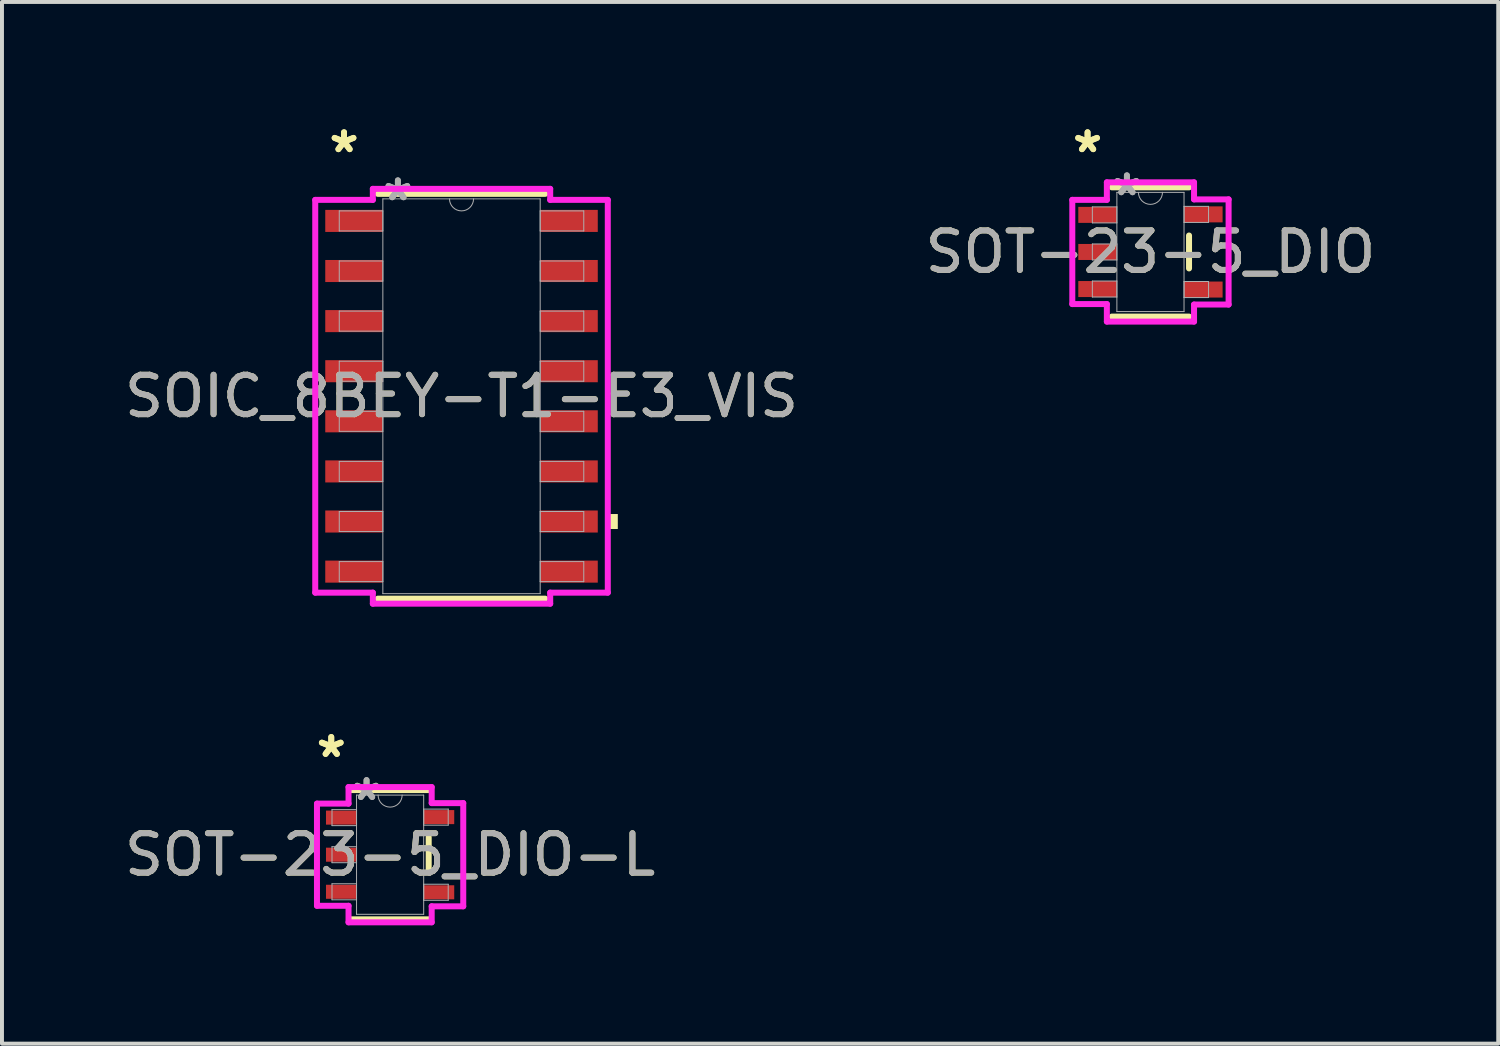
<source format=kicad_pcb>
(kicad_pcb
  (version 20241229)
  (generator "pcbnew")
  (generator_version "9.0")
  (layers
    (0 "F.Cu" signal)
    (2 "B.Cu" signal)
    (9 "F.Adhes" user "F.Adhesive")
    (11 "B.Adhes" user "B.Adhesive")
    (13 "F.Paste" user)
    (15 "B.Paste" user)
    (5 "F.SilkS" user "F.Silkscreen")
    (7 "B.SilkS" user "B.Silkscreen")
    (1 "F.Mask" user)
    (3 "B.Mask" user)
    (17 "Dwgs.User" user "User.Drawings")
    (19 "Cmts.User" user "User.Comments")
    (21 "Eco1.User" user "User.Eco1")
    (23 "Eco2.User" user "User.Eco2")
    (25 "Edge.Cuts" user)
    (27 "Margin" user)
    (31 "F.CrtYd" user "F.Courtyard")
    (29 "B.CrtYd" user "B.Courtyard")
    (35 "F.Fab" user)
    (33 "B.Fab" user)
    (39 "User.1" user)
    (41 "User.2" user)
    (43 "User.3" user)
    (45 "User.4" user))
  (footprint "SOT-23-5_DIO-L"
    (layer "F.Cu")
    (at 6.839 18.616)
    (property "Reference" "SOT-23-5_DIO-L" (at 0 0 0) (unlocked yes) (layer "F.SilkS") (effects (font (size 1 1) (thickness 0.15))))
    (attr smd)
    (fp_line (start -0.978 1.638) (end 0.978 1.638) (stroke (width 0.152) (type solid)) (layer "F.SilkS"))
    (fp_line (start 0.978 -1.638) (end -0.978 -1.638) (stroke (width 0.152) (type solid)) (layer "F.SilkS"))
    (fp_line (start 0.978 0.442) (end 0.978 -0.442) (stroke (width 0.152) (type solid)) (layer "F.SilkS"))
    (fp_line (start -1.854 -1.295) (end -1.054 -1.295) (stroke (width 0.152) (type solid)) (layer "F.CrtYd"))
    (fp_line (start -1.854 1.295) (end -1.854 -1.295) (stroke (width 0.152) (type solid)) (layer "F.CrtYd"))
    (fp_line (start -1.054 -1.714) (end 1.054 -1.714) (stroke (width 0.152) (type solid)) (layer "F.CrtYd"))
    (fp_line (start -1.054 -1.295) (end -1.054 -1.714) (stroke (width 0.152) (type solid)) (layer "F.CrtYd"))
    (fp_line (start -1.054 1.295) (end -1.854 1.295) (stroke (width 0.152) (type solid)) (layer "F.CrtYd"))
    (fp_line (start -1.054 1.714) (end -1.054 1.295) (stroke (width 0.152) (type solid)) (layer "F.CrtYd"))
    (fp_line (start 1.054 -1.714) (end 1.054 -1.308) (stroke (width 0.152) (type solid)) (layer "F.CrtYd"))
    (fp_line (start 1.054 -1.308) (end 1.854 -1.308) (stroke (width 0.152) (type solid)) (layer "F.CrtYd"))
    (fp_line (start 1.054 1.308) (end 1.054 1.714) (stroke (width 0.152) (type solid)) (layer "F.CrtYd"))
    (fp_line (start 1.054 1.714) (end -1.054 1.714) (stroke (width 0.152) (type solid)) (layer "F.CrtYd"))
    (fp_line (start 1.854 -1.308) (end 1.854 1.308) (stroke (width 0.152) (type solid)) (layer "F.CrtYd"))
    (fp_line (start 1.854 1.308) (end 1.054 1.308) (stroke (width 0.152) (type solid)) (layer "F.CrtYd"))
    (fp_line (start -1.473 -1.143) (end -1.473 -0.737) (stroke (width 0.025) (type solid)) (layer "F.Fab"))
    (fp_line (start -1.473 -0.737) (end -0.851 -0.737) (stroke (width 0.025) (type solid)) (layer "F.Fab"))
    (fp_line (start -1.473 -0.203) (end -1.473 0.203) (stroke (width 0.025) (type solid)) (layer "F.Fab"))
    (fp_line (start -1.473 0.203) (end -0.851 0.203) (stroke (width 0.025) (type solid)) (layer "F.Fab"))
    (fp_line (start -1.473 0.737) (end -1.473 1.143) (stroke (width 0.025) (type solid)) (layer "F.Fab"))
    (fp_line (start -1.473 1.143) (end -0.851 1.143) (stroke (width 0.025) (type solid)) (layer "F.Fab"))
    (fp_line (start -0.851 -1.511) (end -0.851 1.511) (stroke (width 0.025) (type solid)) (layer "F.Fab"))
    (fp_line (start -0.851 -1.143) (end -1.473 -1.143) (stroke (width 0.025) (type solid)) (layer "F.Fab"))
    (fp_line (start -0.851 -0.737) (end -0.851 -1.143) (stroke (width 0.025) (type solid)) (layer "F.Fab"))
    (fp_line (start -0.851 -0.203) (end -1.473 -0.203) (stroke (width 0.025) (type solid)) (layer "F.Fab"))
    (fp_line (start -0.851 0.203) (end -0.851 -0.203) (stroke (width 0.025) (type solid)) (layer "F.Fab"))
    (fp_line (start -0.851 0.737) (end -1.473 0.737) (stroke (width 0.025) (type solid)) (layer "F.Fab"))
    (fp_line (start -0.851 1.143) (end -0.851 0.737) (stroke (width 0.025) (type solid)) (layer "F.Fab"))
    (fp_line (start -0.851 1.511) (end 0.851 1.511) (stroke (width 0.025) (type solid)) (layer "F.Fab"))
    (fp_line (start 0.851 -1.511) (end -0.851 -1.511) (stroke (width 0.025) (type solid)) (layer "F.Fab"))
    (fp_line (start 0.851 -1.156) (end 0.851 -0.749) (stroke (width 0.025) (type solid)) (layer "F.Fab"))
    (fp_line (start 0.851 -0.749) (end 1.473 -0.749) (stroke (width 0.025) (type solid)) (layer "F.Fab"))
    (fp_line (start 0.851 0.749) (end 0.851 1.156) (stroke (width 0.025) (type solid)) (layer "F.Fab"))
    (fp_line (start 0.851 1.156) (end 1.473 1.156) (stroke (width 0.025) (type solid)) (layer "F.Fab"))
    (fp_line (start 0.851 1.511) (end 0.851 -1.511) (stroke (width 0.025) (type solid)) (layer "F.Fab"))
    (fp_line (start 1.473 -1.156) (end 0.851 -1.156) (stroke (width 0.025) (type solid)) (layer "F.Fab"))
    (fp_line (start 1.473 -0.749) (end 1.473 -1.156) (stroke (width 0.025) (type solid)) (layer "F.Fab"))
    (fp_line (start 1.473 0.749) (end 0.851 0.749) (stroke (width 0.025) (type solid)) (layer "F.Fab"))
    (fp_line (start 1.473 1.156) (end 1.473 0.749) (stroke (width 0.025) (type solid)) (layer "F.Fab"))
    (fp_arc (start 0.3048 -1.5113) (mid 0 -1.2065) (end -0.3048 -1.5113) (stroke (width 0.0254) (type solid)) (layer "F.Fab"))
    (fp_text user "*" (at -1.492 -2.438 0) (layer "F.SilkS") (effects (font (size 1 1) (thickness 0.15))))
    (fp_text user "*" (at -1.492 -2.438 0) (unlocked yes) (layer "F.SilkS") (effects (font (size 1 1) (thickness 0.15))))
    (fp_text user "*" (at -0.597 -1.346 0) (layer "F.Fab") (effects (font (size 1 1) (thickness 0.15))))
    (fp_text user "*" (at -0.597 -1.346 0) (unlocked yes) (layer "F.Fab") (effects (font (size 1 1) (thickness 0.15))))
    (fp_text user "${REFERENCE}" (at 0 0 0) (unlocked yes) (layer "F.Fab") (effects (font (size 1 1) (thickness 0.15))))
    (pad "1" smd rect (at -1.238 -0.94) (size 0.775 0.356) (layers "F.Cu" "F.Mask" "F.Paste"))
    (pad "2" smd rect (at -1.238 0) (size 0.775 0.356) (layers "F.Cu" "F.Mask" "F.Paste"))
    (pad "3" smd rect (at -1.238 0.94) (size 0.775 0.356) (layers "F.Cu" "F.Mask" "F.Paste"))
    (pad "4" smd rect (at 1.238 0.953) (size 0.775 0.356) (layers "F.Cu" "F.Mask" "F.Paste"))
    (pad "5" smd rect (at 1.238 -0.953) (size 0.775 0.356) (layers "F.Cu" "F.Mask" "F.Paste")))
  (footprint "SOT-23-5_DIO"
    (layer "F.Cu")
    (at 26.113 3.337)
    (property "Reference" "SOT-23-5_DIO" (at 0 0 0) (unlocked yes) (layer "F.SilkS") (effects (font (size 1 1) (thickness 0.15))))
    (attr smd)
    (fp_line (start -0.978 1.638) (end 0.978 1.638) (stroke (width 0.152) (type solid)) (layer "F.SilkS"))
    (fp_line (start 0.978 -1.638) (end -0.978 -1.638) (stroke (width 0.152) (type solid)) (layer "F.SilkS"))
    (fp_line (start 0.978 0.417) (end 0.978 -0.417) (stroke (width 0.152) (type solid)) (layer "F.SilkS"))
    (fp_line (start -1.981 -1.321) (end -1.105 -1.321) (stroke (width 0.152) (type solid)) (layer "F.CrtYd"))
    (fp_line (start -1.981 1.321) (end -1.981 -1.321) (stroke (width 0.152) (type solid)) (layer "F.CrtYd"))
    (fp_line (start -1.105 -1.765) (end 1.105 -1.765) (stroke (width 0.152) (type solid)) (layer "F.CrtYd"))
    (fp_line (start -1.105 -1.321) (end -1.105 -1.765) (stroke (width 0.152) (type solid)) (layer "F.CrtYd"))
    (fp_line (start -1.105 1.321) (end -1.981 1.321) (stroke (width 0.152) (type solid)) (layer "F.CrtYd"))
    (fp_line (start -1.105 1.765) (end -1.105 1.321) (stroke (width 0.152) (type solid)) (layer "F.CrtYd"))
    (fp_line (start 1.105 -1.765) (end 1.105 -1.333) (stroke (width 0.152) (type solid)) (layer "F.CrtYd"))
    (fp_line (start 1.105 -1.333) (end 1.981 -1.333) (stroke (width 0.152) (type solid)) (layer "F.CrtYd"))
    (fp_line (start 1.105 1.333) (end 1.105 1.765) (stroke (width 0.152) (type solid)) (layer "F.CrtYd"))
    (fp_line (start 1.105 1.765) (end -1.105 1.765) (stroke (width 0.152) (type solid)) (layer "F.CrtYd"))
    (fp_line (start 1.981 -1.333) (end 1.981 1.333) (stroke (width 0.152) (type solid)) (layer "F.CrtYd"))
    (fp_line (start 1.981 1.333) (end 1.105 1.333) (stroke (width 0.152) (type solid)) (layer "F.CrtYd"))
    (fp_line (start -1.473 -1.143) (end -1.473 -0.737) (stroke (width 0.025) (type solid)) (layer "F.Fab"))
    (fp_line (start -1.473 -0.737) (end -0.851 -0.737) (stroke (width 0.025) (type solid)) (layer "F.Fab"))
    (fp_line (start -1.473 -0.203) (end -1.473 0.203) (stroke (width 0.025) (type solid)) (layer "F.Fab"))
    (fp_line (start -1.473 0.203) (end -0.851 0.203) (stroke (width 0.025) (type solid)) (layer "F.Fab"))
    (fp_line (start -1.473 0.737) (end -1.473 1.143) (stroke (width 0.025) (type solid)) (layer "F.Fab"))
    (fp_line (start -1.473 1.143) (end -0.851 1.143) (stroke (width 0.025) (type solid)) (layer "F.Fab"))
    (fp_line (start -0.851 -1.511) (end -0.851 1.511) (stroke (width 0.025) (type solid)) (layer "F.Fab"))
    (fp_line (start -0.851 -1.143) (end -1.473 -1.143) (stroke (width 0.025) (type solid)) (layer "F.Fab"))
    (fp_line (start -0.851 -0.737) (end -0.851 -1.143) (stroke (width 0.025) (type solid)) (layer "F.Fab"))
    (fp_line (start -0.851 -0.203) (end -1.473 -0.203) (stroke (width 0.025) (type solid)) (layer "F.Fab"))
    (fp_line (start -0.851 0.203) (end -0.851 -0.203) (stroke (width 0.025) (type solid)) (layer "F.Fab"))
    (fp_line (start -0.851 0.737) (end -1.473 0.737) (stroke (width 0.025) (type solid)) (layer "F.Fab"))
    (fp_line (start -0.851 1.143) (end -0.851 0.737) (stroke (width 0.025) (type solid)) (layer "F.Fab"))
    (fp_line (start -0.851 1.511) (end 0.851 1.511) (stroke (width 0.025) (type solid)) (layer "F.Fab"))
    (fp_line (start 0.851 -1.511) (end -0.851 -1.511) (stroke (width 0.025) (type solid)) (layer "F.Fab"))
    (fp_line (start 0.851 -1.156) (end 0.851 -0.749) (stroke (width 0.025) (type solid)) (layer "F.Fab"))
    (fp_line (start 0.851 -0.749) (end 1.473 -0.749) (stroke (width 0.025) (type solid)) (layer "F.Fab"))
    (fp_line (start 0.851 0.749) (end 0.851 1.156) (stroke (width 0.025) (type solid)) (layer "F.Fab"))
    (fp_line (start 0.851 1.156) (end 1.473 1.156) (stroke (width 0.025) (type solid)) (layer "F.Fab"))
    (fp_line (start 0.851 1.511) (end 0.851 -1.511) (stroke (width 0.025) (type solid)) (layer "F.Fab"))
    (fp_line (start 1.473 -1.156) (end 0.851 -1.156) (stroke (width 0.025) (type solid)) (layer "F.Fab"))
    (fp_line (start 1.473 -0.749) (end 1.473 -1.156) (stroke (width 0.025) (type solid)) (layer "F.Fab"))
    (fp_line (start 1.473 0.749) (end 0.851 0.749) (stroke (width 0.025) (type solid)) (layer "F.Fab"))
    (fp_line (start 1.473 1.156) (end 1.473 0.749) (stroke (width 0.025) (type solid)) (layer "F.Fab"))
    (fp_arc (start 0.3048 -1.5113) (mid 0 -1.2065) (end -0.3048 -1.5113) (stroke (width 0.0254) (type solid)) (layer "F.Fab"))
    (fp_text user "*" (at -1.594 -2.489 0) (unlocked yes) (layer "F.SilkS") (effects (font (size 1 1) (thickness 0.15))))
    (fp_text user "*" (at -1.594 -2.489 0) (layer "F.SilkS") (effects (font (size 1 1) (thickness 0.15))))
    (fp_text user "${REFERENCE}" (at 0 0 0) (unlocked yes) (layer "F.Fab") (effects (font (size 1 1) (thickness 0.15))))
    (fp_text user "*" (at -0.597 -1.397 0) (layer "F.Fab") (effects (font (size 1 1) (thickness 0.15))))
    (fp_text user "*" (at -0.597 -1.397 0) (unlocked yes) (layer "F.Fab") (effects (font (size 1 1) (thickness 0.15))))
    (pad "1" smd rect (at -1.34 -0.94) (size 0.978 0.406) (layers "F.Cu" "F.Mask" "F.Paste"))
    (pad "2" smd rect (at -1.34 0) (size 0.978 0.406) (layers "F.Cu" "F.Mask" "F.Paste"))
    (pad "3" smd rect (at -1.34 0.94) (size 0.978 0.406) (layers "F.Cu" "F.Mask" "F.Paste"))
    (pad "4" smd rect (at 1.34 0.953) (size 0.978 0.406) (layers "F.Cu" "F.Mask" "F.Paste"))
    (pad "5" smd rect (at 1.34 -0.953) (size 0.978 0.406) (layers "F.Cu" "F.Mask" "F.Paste")))
  (footprint "SOIC_8BEY-T1-E3_VIS"
    (layer "F.Cu")
    (at 8.649 6.995)
    (property "Reference" "SOIC_8BEY-T1-E3_VIS" (at 0 0 0) (unlocked yes) (layer "F.SilkS") (effects (font (size 1 1) (thickness 0.15))))
    (attr smd)
    (fp_line (start -2.121 5.131) (end 2.121 5.131) (stroke (width 0.152) (type solid)) (layer "F.SilkS"))
    (fp_line (start 2.121 -5.131) (end -2.121 -5.131) (stroke (width 0.152) (type solid)) (layer "F.SilkS"))
    (fp_poly (pts (xy 3.962 2.985) (xy 3.962 3.365) (xy 3.708 3.365) (xy 3.708 2.985)) (stroke (width 0) (type solid)) (fill yes) (layer "F.SilkS"))
    (fp_line (start -3.708 -4.978) (end -2.248 -4.978) (stroke (width 0.152) (type solid)) (layer "F.CrtYd"))
    (fp_line (start -3.708 4.978) (end -3.708 -4.978) (stroke (width 0.152) (type solid)) (layer "F.CrtYd"))
    (fp_line (start -3.708 4.978) (end -2.248 4.978) (stroke (width 0.152) (type solid)) (layer "F.CrtYd"))
    (fp_line (start -2.248 -5.258) (end 2.248 -5.258) (stroke (width 0.152) (type solid)) (layer "F.CrtYd"))
    (fp_line (start -2.248 -4.978) (end -2.248 -5.258) (stroke (width 0.152) (type solid)) (layer "F.CrtYd"))
    (fp_line (start -2.248 5.258) (end -2.248 4.978) (stroke (width 0.152) (type solid)) (layer "F.CrtYd"))
    (fp_line (start 2.248 -5.258) (end 2.248 -4.978) (stroke (width 0.152) (type solid)) (layer "F.CrtYd"))
    (fp_line (start 2.248 4.978) (end 2.248 5.258) (stroke (width 0.152) (type solid)) (layer "F.CrtYd"))
    (fp_line (start 2.248 5.258) (end -2.248 5.258) (stroke (width 0.152) (type solid)) (layer "F.CrtYd"))
    (fp_line (start 3.708 -4.978) (end 2.248 -4.978) (stroke (width 0.152) (type solid)) (layer "F.CrtYd"))
    (fp_line (start 3.708 -4.978) (end 3.708 4.978) (stroke (width 0.152) (type solid)) (layer "F.CrtYd"))
    (fp_line (start 3.708 4.978) (end 2.248 4.978) (stroke (width 0.152) (type solid)) (layer "F.CrtYd"))
    (fp_line (start -3.099 -4.699) (end -3.099 -4.191) (stroke (width 0.025) (type solid)) (layer "F.Fab"))
    (fp_line (start -3.099 -4.191) (end -1.994 -4.191) (stroke (width 0.025) (type solid)) (layer "F.Fab"))
    (fp_line (start -3.099 -3.429) (end -3.099 -2.921) (stroke (width 0.025) (type solid)) (layer "F.Fab"))
    (fp_line (start -3.099 -2.921) (end -1.994 -2.921) (stroke (width 0.025) (type solid)) (layer "F.Fab"))
    (fp_line (start -3.099 -2.159) (end -3.099 -1.651) (stroke (width 0.025) (type solid)) (layer "F.Fab"))
    (fp_line (start -3.099 -1.651) (end -1.994 -1.651) (stroke (width 0.025) (type solid)) (layer "F.Fab"))
    (fp_line (start -3.099 -0.889) (end -3.099 -0.381) (stroke (width 0.025) (type solid)) (layer "F.Fab"))
    (fp_line (start -3.099 -0.381) (end -1.994 -0.381) (stroke (width 0.025) (type solid)) (layer "F.Fab"))
    (fp_line (start -3.099 0.381) (end -3.099 0.889) (stroke (width 0.025) (type solid)) (layer "F.Fab"))
    (fp_line (start -3.099 0.889) (end -1.994 0.889) (stroke (width 0.025) (type solid)) (layer "F.Fab"))
    (fp_line (start -3.099 1.651) (end -3.099 2.159) (stroke (width 0.025) (type solid)) (layer "F.Fab"))
    (fp_line (start -3.099 2.159) (end -1.994 2.159) (stroke (width 0.025) (type solid)) (layer "F.Fab"))
    (fp_line (start -3.099 2.921) (end -3.099 3.429) (stroke (width 0.025) (type solid)) (layer "F.Fab"))
    (fp_line (start -3.099 3.429) (end -1.994 3.429) (stroke (width 0.025) (type solid)) (layer "F.Fab"))
    (fp_line (start -3.099 4.191) (end -3.099 4.699) (stroke (width 0.025) (type solid)) (layer "F.Fab"))
    (fp_line (start -3.099 4.699) (end -1.994 4.699) (stroke (width 0.025) (type solid)) (layer "F.Fab"))
    (fp_line (start -1.994 -5.004) (end -1.994 5.004) (stroke (width 0.025) (type solid)) (layer "F.Fab"))
    (fp_line (start -1.994 -4.699) (end -3.099 -4.699) (stroke (width 0.025) (type solid)) (layer "F.Fab"))
    (fp_line (start -1.994 -4.191) (end -1.994 -4.699) (stroke (width 0.025) (type solid)) (layer "F.Fab"))
    (fp_line (start -1.994 -3.429) (end -3.099 -3.429) (stroke (width 0.025) (type solid)) (layer "F.Fab"))
    (fp_line (start -1.994 -2.921) (end -1.994 -3.429) (stroke (width 0.025) (type solid)) (layer "F.Fab"))
    (fp_line (start -1.994 -2.159) (end -3.099 -2.159) (stroke (width 0.025) (type solid)) (layer "F.Fab"))
    (fp_line (start -1.994 -1.651) (end -1.994 -2.159) (stroke (width 0.025) (type solid)) (layer "F.Fab"))
    (fp_line (start -1.994 -0.889) (end -3.099 -0.889) (stroke (width 0.025) (type solid)) (layer "F.Fab"))
    (fp_line (start -1.994 -0.381) (end -1.994 -0.889) (stroke (width 0.025) (type solid)) (layer "F.Fab"))
    (fp_line (start -1.994 0.381) (end -3.099 0.381) (stroke (width 0.025) (type solid)) (layer "F.Fab"))
    (fp_line (start -1.994 0.889) (end -1.994 0.381) (stroke (width 0.025) (type solid)) (layer "F.Fab"))
    (fp_line (start -1.994 1.651) (end -3.099 1.651) (stroke (width 0.025) (type solid)) (layer "F.Fab"))
    (fp_line (start -1.994 2.159) (end -1.994 1.651) (stroke (width 0.025) (type solid)) (layer "F.Fab"))
    (fp_line (start -1.994 2.921) (end -3.099 2.921) (stroke (width 0.025) (type solid)) (layer "F.Fab"))
    (fp_line (start -1.994 3.429) (end -1.994 2.921) (stroke (width 0.025) (type solid)) (layer "F.Fab"))
    (fp_line (start -1.994 4.191) (end -3.099 4.191) (stroke (width 0.025) (type solid)) (layer "F.Fab"))
    (fp_line (start -1.994 4.699) (end -1.994 4.191) (stroke (width 0.025) (type solid)) (layer "F.Fab"))
    (fp_line (start -1.994 5.004) (end 1.994 5.004) (stroke (width 0.025) (type solid)) (layer "F.Fab"))
    (fp_line (start 1.994 -5.004) (end -1.994 -5.004) (stroke (width 0.025) (type solid)) (layer "F.Fab"))
    (fp_line (start 1.994 -4.699) (end 1.994 -4.191) (stroke (width 0.025) (type solid)) (layer "F.Fab"))
    (fp_line (start 1.994 -4.191) (end 3.099 -4.191) (stroke (width 0.025) (type solid)) (layer "F.Fab"))
    (fp_line (start 1.994 -3.429) (end 1.994 -2.921) (stroke (width 0.025) (type solid)) (layer "F.Fab"))
    (fp_line (start 1.994 -2.921) (end 3.099 -2.921) (stroke (width 0.025) (type solid)) (layer "F.Fab"))
    (fp_line (start 1.994 -2.159) (end 1.994 -1.651) (stroke (width 0.025) (type solid)) (layer "F.Fab"))
    (fp_line (start 1.994 -1.651) (end 3.099 -1.651) (stroke (width 0.025) (type solid)) (layer "F.Fab"))
    (fp_line (start 1.994 -0.889) (end 1.994 -0.381) (stroke (width 0.025) (type solid)) (layer "F.Fab"))
    (fp_line (start 1.994 -0.381) (end 3.099 -0.381) (stroke (width 0.025) (type solid)) (layer "F.Fab"))
    (fp_line (start 1.994 0.381) (end 1.994 0.889) (stroke (width 0.025) (type solid)) (layer "F.Fab"))
    (fp_line (start 1.994 0.889) (end 3.099 0.889) (stroke (width 0.025) (type solid)) (layer "F.Fab"))
    (fp_line (start 1.994 1.651) (end 1.994 2.159) (stroke (width 0.025) (type solid)) (layer "F.Fab"))
    (fp_line (start 1.994 2.159) (end 3.099 2.159) (stroke (width 0.025) (type solid)) (layer "F.Fab"))
    (fp_line (start 1.994 2.921) (end 1.994 3.429) (stroke (width 0.025) (type solid)) (layer "F.Fab"))
    (fp_line (start 1.994 3.429) (end 3.099 3.429) (stroke (width 0.025) (type solid)) (layer "F.Fab"))
    (fp_line (start 1.994 4.191) (end 1.994 4.699) (stroke (width 0.025) (type solid)) (layer "F.Fab"))
    (fp_line (start 1.994 4.699) (end 3.099 4.699) (stroke (width 0.025) (type solid)) (layer "F.Fab"))
    (fp_line (start 1.994 5.004) (end 1.994 -5.004) (stroke (width 0.025) (type solid)) (layer "F.Fab"))
    (fp_line (start 3.099 -4.699) (end 1.994 -4.699) (stroke (width 0.025) (type solid)) (layer "F.Fab"))
    (fp_line (start 3.099 -4.191) (end 3.099 -4.699) (stroke (width 0.025) (type solid)) (layer "F.Fab"))
    (fp_line (start 3.099 -3.429) (end 1.994 -3.429) (stroke (width 0.025) (type solid)) (layer "F.Fab"))
    (fp_line (start 3.099 -2.921) (end 3.099 -3.429) (stroke (width 0.025) (type solid)) (layer "F.Fab"))
    (fp_line (start 3.099 -2.159) (end 1.994 -2.159) (stroke (width 0.025) (type solid)) (layer "F.Fab"))
    (fp_line (start 3.099 -1.651) (end 3.099 -2.159) (stroke (width 0.025) (type solid)) (layer "F.Fab"))
    (fp_line (start 3.099 -0.889) (end 1.994 -0.889) (stroke (width 0.025) (type solid)) (layer "F.Fab"))
    (fp_line (start 3.099 -0.381) (end 3.099 -0.889) (stroke (width 0.025) (type solid)) (layer "F.Fab"))
    (fp_line (start 3.099 0.381) (end 1.994 0.381) (stroke (width 0.025) (type solid)) (layer "F.Fab"))
    (fp_line (start 3.099 0.889) (end 3.099 0.381) (stroke (width 0.025) (type solid)) (layer "F.Fab"))
    (fp_line (start 3.099 1.651) (end 1.994 1.651) (stroke (width 0.025) (type solid)) (layer "F.Fab"))
    (fp_line (start 3.099 2.159) (end 3.099 1.651) (stroke (width 0.025) (type solid)) (layer "F.Fab"))
    (fp_line (start 3.099 2.921) (end 1.994 2.921) (stroke (width 0.025) (type solid)) (layer "F.Fab"))
    (fp_line (start 3.099 3.429) (end 3.099 2.921) (stroke (width 0.025) (type solid)) (layer "F.Fab"))
    (fp_line (start 3.099 4.191) (end 1.994 4.191) (stroke (width 0.025) (type solid)) (layer "F.Fab"))
    (fp_line (start 3.099 4.699) (end 3.099 4.191) (stroke (width 0.025) (type solid)) (layer "F.Fab"))
    (fp_arc (start 0.3048 -5.0038) (mid 0 -4.699) (end -0.3048 -5.0038) (stroke (width 0.0254) (type solid)) (layer "F.Fab"))
    (fp_text user "*" (at -2.978 -6.147 0) (unlocked yes) (layer "F.SilkS") (effects (font (size 1 1) (thickness 0.15))))
    (fp_text user "*" (at -2.978 -6.147 0) (layer "F.SilkS") (effects (font (size 1 1) (thickness 0.15))))
    (fp_text user "*" (at -1.613 -4.928 0) (layer "F.Fab") (effects (font (size 1 1) (thickness 0.15))))
    (fp_text user "${REFERENCE}" (at 0 0 0) (unlocked yes) (layer "F.Fab") (effects (font (size 1 1) (thickness 0.15))))
    (fp_text user "*" (at -1.613 -4.928 0) (unlocked yes) (layer "F.Fab") (effects (font (size 1 1) (thickness 0.15))))
    (pad "1" smd rect (at -2.724 -4.445) (size 1.46 0.559) (layers "F.Cu" "F.Mask" "F.Paste"))
    (pad "2" smd rect (at -2.724 -3.175) (size 1.46 0.559) (layers "F.Cu" "F.Mask" "F.Paste"))
    (pad "3" smd rect (at -2.724 -1.905) (size 1.46 0.559) (layers "F.Cu" "F.Mask" "F.Paste"))
    (pad "4" smd rect (at -2.724 -0.635) (size 1.46 0.559) (layers "F.Cu" "F.Mask" "F.Paste"))
    (pad "5" smd rect (at -2.724 0.635) (size 1.46 0.559) (layers "F.Cu" "F.Mask" "F.Paste"))
    (pad "6" smd rect (at -2.724 1.905) (size 1.46 0.559) (layers "F.Cu" "F.Mask" "F.Paste"))
    (pad "7" smd rect (at -2.724 3.175) (size 1.46 0.559) (layers "F.Cu" "F.Mask" "F.Paste"))
    (pad "8" smd rect (at -2.724 4.445) (size 1.46 0.559) (layers "F.Cu" "F.Mask" "F.Paste"))
    (pad "9" smd rect (at 2.724 4.445) (size 1.46 0.559) (layers "F.Cu" "F.Mask" "F.Paste"))
    (pad "10" smd rect (at 2.724 3.175) (size 1.46 0.559) (layers "F.Cu" "F.Mask" "F.Paste"))
    (pad "11" smd rect (at 2.724 1.905) (size 1.46 0.559) (layers "F.Cu" "F.Mask" "F.Paste"))
    (pad "12" smd rect (at 2.724 0.635) (size 1.46 0.559) (layers "F.Cu" "F.Mask" "F.Paste"))
    (pad "13" smd rect (at 2.724 -0.635) (size 1.46 0.559) (layers "F.Cu" "F.Mask" "F.Paste"))
    (pad "14" smd rect (at 2.724 -1.905) (size 1.46 0.559) (layers "F.Cu" "F.Mask" "F.Paste"))
    (pad "15" smd rect (at 2.724 -3.175) (size 1.46 0.559) (layers "F.Cu" "F.Mask" "F.Paste"))
    (pad "16" smd rect (at 2.724 -4.445) (size 1.46 0.559) (layers "F.Cu" "F.Mask" "F.Paste")))
  (gr_rect
    (start -3 -3)
    (end 34.929 23.406)
    (stroke (width 0.1) (type default))
    (fill no)
    (layer "Edge.Cuts")))
</source>
